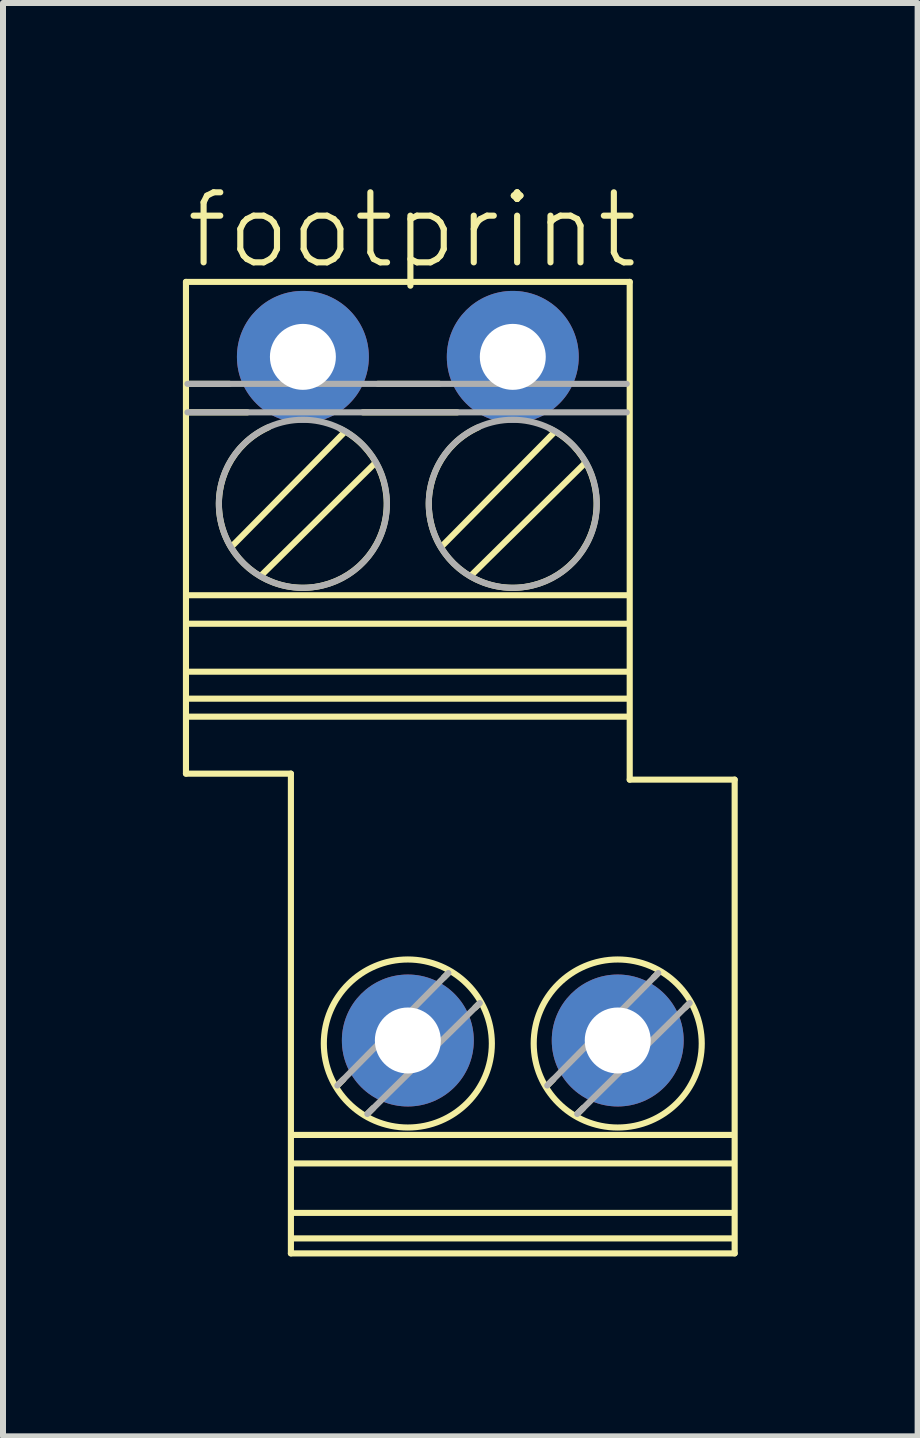
<source format=kicad_pcb>
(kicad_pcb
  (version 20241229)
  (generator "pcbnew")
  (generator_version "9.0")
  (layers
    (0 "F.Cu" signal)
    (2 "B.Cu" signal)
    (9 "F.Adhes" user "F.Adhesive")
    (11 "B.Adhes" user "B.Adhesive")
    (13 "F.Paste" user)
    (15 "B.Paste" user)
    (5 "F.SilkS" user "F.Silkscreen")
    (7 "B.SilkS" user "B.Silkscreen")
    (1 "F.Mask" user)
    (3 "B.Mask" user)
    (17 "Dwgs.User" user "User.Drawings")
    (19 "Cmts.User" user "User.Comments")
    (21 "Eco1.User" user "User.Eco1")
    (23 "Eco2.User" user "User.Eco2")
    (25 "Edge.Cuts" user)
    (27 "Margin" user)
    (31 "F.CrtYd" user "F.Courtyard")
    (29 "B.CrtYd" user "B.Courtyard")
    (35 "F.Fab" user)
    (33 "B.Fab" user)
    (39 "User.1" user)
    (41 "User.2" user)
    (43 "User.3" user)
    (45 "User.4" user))
  (footprint "footprint"
    (layer "F.Cu")
    (at 3.751 9.751)
    (property "Reference" "footprint" (at -3.751 -8.278 0) (layer "F.SilkS") (effects (font (size 1.168 1.168) (thickness 0.102)) (justify left bottom)))
    (fp_line (start -3.7 -8.1) (end 3.7 -8.1) (stroke (width 0.102) (type solid)) (layer "F.SilkS"))
    (fp_line (start -3.7 0.1) (end -3.7 -8.1) (stroke (width 0.102) (type solid)) (layer "F.SilkS"))
    (fp_line (start -3.675 -6.4) (end -2.975 -6.4) (stroke (width 0.102) (type solid)) (layer "F.SilkS"))
    (fp_line (start -3.675 -5.925) (end -2.675 -5.925) (stroke (width 0.102) (type solid)) (layer "F.SilkS"))
    (fp_line (start -3.65 -2.875) (end 3.675 -2.875) (stroke (width 0.102) (type solid)) (layer "F.SilkS"))
    (fp_line (start -3.65 -2.4) (end 3.675 -2.4) (stroke (width 0.102) (type solid)) (layer "F.SilkS"))
    (fp_line (start -3.65 -1.6) (end 3.675 -1.6) (stroke (width 0.102) (type solid)) (layer "F.SilkS"))
    (fp_line (start -3.65 -0.85) (end 3.675 -0.85) (stroke (width 0.102) (type solid)) (layer "F.SilkS"))
    (fp_line (start -2.925 -3.7) (end -1.075 -5.575) (stroke (width 0.102) (type solid)) (layer "F.SilkS"))
    (fp_line (start -2.425 -3.225) (end -0.55 -5.075) (stroke (width 0.102) (type solid)) (layer "F.SilkS"))
    (fp_line (start -1.95 0.1) (end -3.7 0.1) (stroke (width 0.102) (type solid)) (layer "F.SilkS"))
    (fp_line (start -1.95 8.1) (end -1.95 0.1) (stroke (width 0.102) (type solid)) (layer "F.SilkS"))
    (fp_line (start -1.9 6.125) (end 5.425 6.125) (stroke (width 0.102) (type solid)) (layer "F.SilkS"))
    (fp_line (start -1.9 6.6) (end 5.425 6.6) (stroke (width 0.102) (type solid)) (layer "F.SilkS"))
    (fp_line (start -1.9 7.425) (end 5.425 7.425) (stroke (width 0.102) (type solid)) (layer "F.SilkS"))
    (fp_line (start -1.9 7.85) (end 5.425 7.85) (stroke (width 0.102) (type solid)) (layer "F.SilkS"))
    (fp_line (start -1.175 5.3) (end -1.075 5.2) (stroke (width 0.102) (type solid)) (layer "F.SilkS"))
    (fp_line (start -0.75 -5.925) (end 0.825 -5.925) (stroke (width 0.102) (type solid)) (layer "F.SilkS"))
    (fp_line (start -0.675 5.775) (end -0.575 5.675) (stroke (width 0.102) (type solid)) (layer "F.SilkS"))
    (fp_line (start -0.5 -6.4) (end 0.525 -6.4) (stroke (width 0.102) (type solid)) (layer "F.SilkS"))
    (fp_line (start 0.575 -3.7) (end 2.425 -5.575) (stroke (width 0.102) (type solid)) (layer "F.SilkS"))
    (fp_line (start 0.6 3.5) (end 0.675 3.425) (stroke (width 0.102) (type solid)) (layer "F.SilkS"))
    (fp_line (start 1.075 -3.225) (end 2.95 -5.075) (stroke (width 0.102) (type solid)) (layer "F.SilkS"))
    (fp_line (start 1.125 4) (end 1.2 3.925) (stroke (width 0.102) (type solid)) (layer "F.SilkS"))
    (fp_line (start 2.325 5.3) (end 2.425 5.2) (stroke (width 0.102) (type solid)) (layer "F.SilkS"))
    (fp_line (start 2.825 5.775) (end 2.925 5.675) (stroke (width 0.102) (type solid)) (layer "F.SilkS"))
    (fp_line (start 3.675 -1.15) (end -3.65 -1.15) (stroke (width 0.102) (type solid)) (layer "F.SilkS"))
    (fp_line (start 3.7 -8.1) (end 3.7 0.2) (stroke (width 0.102) (type solid)) (layer "F.SilkS"))
    (fp_line (start 3.7 0.2) (end 5.45 0.2) (stroke (width 0.102) (type solid)) (layer "F.SilkS"))
    (fp_line (start 4.1 3.5) (end 4.175 3.425) (stroke (width 0.102) (type solid)) (layer "F.SilkS"))
    (fp_line (start 4.625 4) (end 4.7 3.925) (stroke (width 0.102) (type solid)) (layer "F.SilkS"))
    (fp_line (start 5.45 0.2) (end 5.45 8.1) (stroke (width 0.102) (type solid)) (layer "F.SilkS"))
    (fp_line (start 5.45 8.1) (end -1.95 8.1) (stroke (width 0.102) (type solid)) (layer "F.SilkS"))
    (fp_arc (start -1.124999 -5.65) (mid -1.780481 -2.999357) (end -2.325 -5.675) (stroke (width 0.1016) (type solid)) (layer "F.SilkS"))
    (fp_arc (start 2.375001 -5.65) (mid 1.719517 -2.999357) (end 1.175 -5.675) (stroke (width 0.1016) (type solid)) (layer "F.SilkS"))
    (fp_circle (center 0 4.6) (end 1.401 4.6) (stroke (width 0.102) (type solid)) (fill no) (layer "F.SilkS"))
    (fp_circle (center 3.5 4.6) (end 4.901 4.6) (stroke (width 0.102) (type solid)) (fill no) (layer "F.SilkS"))
    (fp_line (start -3.675 -6.4) (end 3.65 -6.4) (stroke (width 0.102) (type solid)) (layer "F.Fab"))
    (fp_line (start -3.675 -5.925) (end 3.65 -5.925) (stroke (width 0.102) (type solid)) (layer "F.Fab"))
    (fp_line (start -1.175 5.3) (end 0.675 3.425) (stroke (width 0.102) (type solid)) (layer "F.Fab"))
    (fp_line (start -0.675 5.775) (end 1.2 3.925) (stroke (width 0.102) (type solid)) (layer "F.Fab"))
    (fp_line (start 2.325 5.3) (end 4.175 3.425) (stroke (width 0.102) (type solid)) (layer "F.Fab"))
    (fp_line (start 2.825 5.775) (end 4.7 3.925) (stroke (width 0.102) (type solid)) (layer "F.Fab"))
    (fp_circle (center -1.75 -4.4) (end -0.349 -4.4) (stroke (width 0.102) (type solid)) (fill no) (layer "F.Fab"))
    (fp_circle (center 1.75 -4.4) (end 3.151 -4.4) (stroke (width 0.102) (type solid)) (fill no) (layer "F.Fab"))
    (pad "1" thru_hole circle (at -1.75 -6.85) (size 2.2 2.2) (drill 1.1) (layers "*.Cu" "*.Mask"))
    (pad "2" thru_hole circle (at 0 4.55) (size 2.2 2.2) (drill 1.1) (layers "*.Cu" "*.Mask"))
    (pad "3" thru_hole circle (at 1.75 -6.85) (size 2.2 2.2) (drill 1.1) (layers "*.Cu" "*.Mask"))
    (pad "4" thru_hole circle (at 3.5 4.55) (size 2.2 2.2) (drill 1.1) (layers "*.Cu" "*.Mask")))
  (gr_rect
    (start -3 -3)
    (end 12.252 20.902)
    (stroke (width 0.1) (type default))
    (fill no)
    (layer "Edge.Cuts")))
</source>
